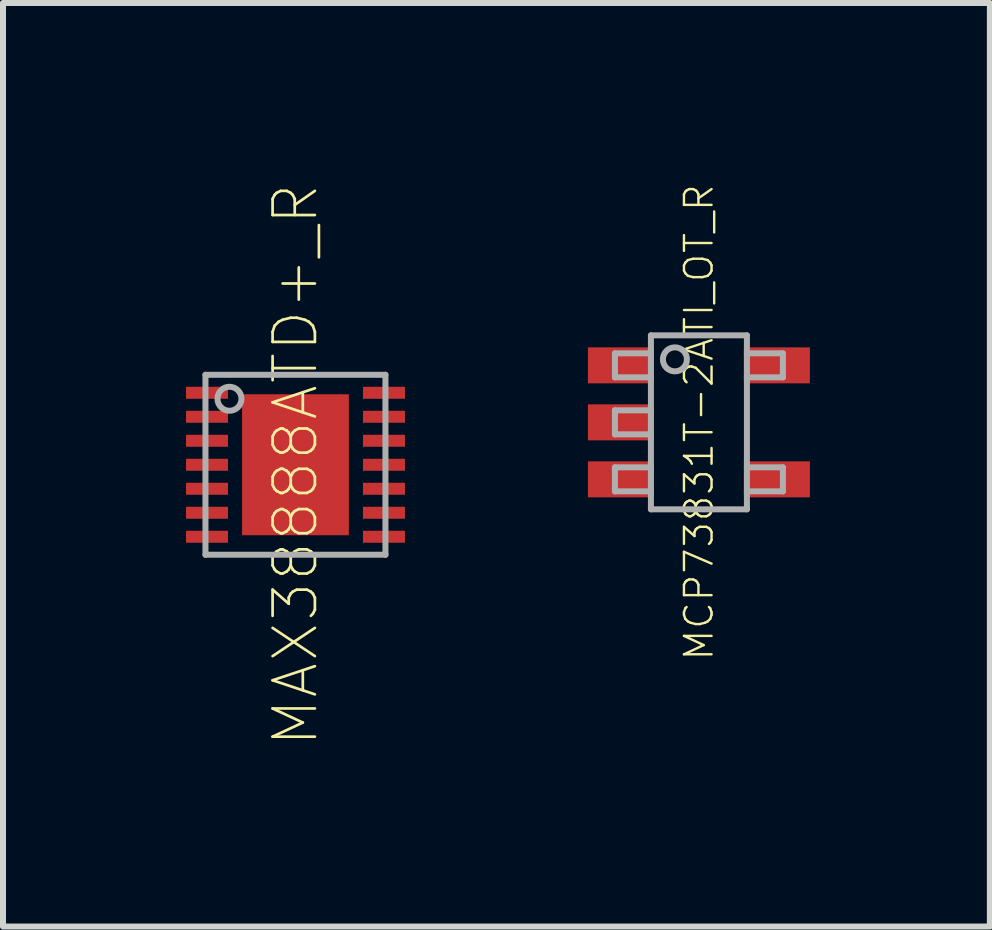
<source format=kicad_pcb>
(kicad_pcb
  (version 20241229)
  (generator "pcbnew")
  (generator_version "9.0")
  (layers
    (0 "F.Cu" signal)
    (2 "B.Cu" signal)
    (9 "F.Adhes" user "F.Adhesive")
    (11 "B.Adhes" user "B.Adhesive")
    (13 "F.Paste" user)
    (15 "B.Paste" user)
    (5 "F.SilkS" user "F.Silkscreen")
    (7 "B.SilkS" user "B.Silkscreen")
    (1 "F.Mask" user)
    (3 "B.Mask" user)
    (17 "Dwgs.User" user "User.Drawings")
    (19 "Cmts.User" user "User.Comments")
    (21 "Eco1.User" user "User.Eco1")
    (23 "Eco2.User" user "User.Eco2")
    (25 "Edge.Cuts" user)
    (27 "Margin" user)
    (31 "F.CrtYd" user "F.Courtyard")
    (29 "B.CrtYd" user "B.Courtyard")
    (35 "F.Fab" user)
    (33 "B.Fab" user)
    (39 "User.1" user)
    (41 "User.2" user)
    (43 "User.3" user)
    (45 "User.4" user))
  (footprint "MCP73831T-2ATI_OT_R"
    (layer "F.Cu")
    (at 8.6 3.99)
    (property "Reference" "MCP73831T-2ATI_OT_R" (at 0 0 90) (unlocked yes) (layer "F.SilkS") (effects (font (size 0.46 0.46) (thickness 0.04))))
    (fp_line (start -1.4 -1.15) (end -1.4 -0.75) (stroke (width 0.1) (type solid)) (layer "F.Fab"))
    (fp_line (start -1.4 -0.75) (end -0.8 -0.75) (stroke (width 0.1) (type solid)) (layer "F.Fab"))
    (fp_line (start -1.4 -0.2) (end -1.4 0.2) (stroke (width 0.1) (type solid)) (layer "F.Fab"))
    (fp_line (start -1.4 0.75) (end -1.4 1.15) (stroke (width 0.1) (type solid)) (layer "F.Fab"))
    (fp_line (start -0.8 -1.45) (end 0.8 -1.45) (stroke (width 0.1) (type solid)) (layer "F.Fab"))
    (fp_line (start -0.8 -1.15) (end -1.4 -1.15) (stroke (width 0.1) (type solid)) (layer "F.Fab"))
    (fp_line (start -0.8 -1.15) (end -0.8 -1.45) (stroke (width 0.1) (type solid)) (layer "F.Fab"))
    (fp_line (start -0.8 -0.75) (end -0.8 -1.15) (stroke (width 0.1) (type solid)) (layer "F.Fab"))
    (fp_line (start -0.8 -0.2) (end -1.4 -0.2) (stroke (width 0.1) (type solid)) (layer "F.Fab"))
    (fp_line (start -0.8 -0.2) (end -0.8 -0.75) (stroke (width 0.1) (type solid)) (layer "F.Fab"))
    (fp_line (start -0.8 0.2) (end -1.4 0.2) (stroke (width 0.1) (type solid)) (layer "F.Fab"))
    (fp_line (start -0.8 0.2) (end -0.8 -0.2) (stroke (width 0.1) (type solid)) (layer "F.Fab"))
    (fp_line (start -0.8 0.75) (end -1.4 0.75) (stroke (width 0.1) (type solid)) (layer "F.Fab"))
    (fp_line (start -0.8 0.75) (end -0.8 0.2) (stroke (width 0.1) (type solid)) (layer "F.Fab"))
    (fp_line (start -0.8 1.15) (end -1.4 1.15) (stroke (width 0.1) (type solid)) (layer "F.Fab"))
    (fp_line (start -0.8 1.15) (end -0.8 0.75) (stroke (width 0.1) (type solid)) (layer "F.Fab"))
    (fp_line (start -0.8 1.45) (end -0.8 1.15) (stroke (width 0.1) (type solid)) (layer "F.Fab"))
    (fp_line (start 0.8 -1.45) (end 0.8 -1.15) (stroke (width 0.1) (type solid)) (layer "F.Fab"))
    (fp_line (start 0.8 -1.15) (end 0.8 -0.75) (stroke (width 0.1) (type solid)) (layer "F.Fab"))
    (fp_line (start 0.8 -0.75) (end 0.8 0.75) (stroke (width 0.1) (type solid)) (layer "F.Fab"))
    (fp_line (start 0.8 0.75) (end 0.8 1.15) (stroke (width 0.1) (type solid)) (layer "F.Fab"))
    (fp_line (start 0.8 1.15) (end 0.8 1.45) (stroke (width 0.1) (type solid)) (layer "F.Fab"))
    (fp_line (start 0.8 1.45) (end -0.8 1.45) (stroke (width 0.1) (type solid)) (layer "F.Fab"))
    (fp_line (start 1.4 -1.15) (end 0.8 -1.15) (stroke (width 0.1) (type solid)) (layer "F.Fab"))
    (fp_line (start 1.4 -1.15) (end 1.4 -0.75) (stroke (width 0.1) (type solid)) (layer "F.Fab"))
    (fp_line (start 1.4 -0.75) (end 0.8 -0.75) (stroke (width 0.1) (type solid)) (layer "F.Fab"))
    (fp_line (start 1.4 0.75) (end 0.8 0.75) (stroke (width 0.1) (type solid)) (layer "F.Fab"))
    (fp_line (start 1.4 0.75) (end 1.4 1.15) (stroke (width 0.1) (type solid)) (layer "F.Fab"))
    (fp_line (start 1.4 1.15) (end 0.8 1.15) (stroke (width 0.1) (type solid)) (layer "F.Fab"))
    (fp_circle (center -0.4 -1.05) (end -0.2 -1.05) (stroke (width 0.1) (type solid)) (fill no) (layer "F.Fab"))
    (pad "1" smd rect (at -1.3 -0.95) (size 1.1 0.6) (layers "F.Cu" "F.Mask" "F.Paste"))
    (pad "2" smd rect (at -1.3 0) (size 1.1 0.6) (layers "F.Cu" "F.Mask" "F.Paste"))
    (pad "3" smd rect (at -1.3 0.95) (size 1.1 0.6) (layers "F.Cu" "F.Mask" "F.Paste"))
    (pad "4" smd rect (at 1.3 0.95) (size 1.1 0.6) (layers "F.Cu" "F.Mask" "F.Paste"))
    (pad "5" smd rect (at 1.3 -0.95) (size 1.1 0.6) (layers "F.Cu" "F.Mask" "F.Paste")))
  (footprint "MAX38888ATD+_R"
    (layer "F.Cu")
    (at 1.875 4.697)
    (property "Reference" "MAX38888ATD+_R" (at 0 0 90) (unlocked yes) (layer "F.SilkS") (effects (font (size 0.705 0.705) (thickness 0.045))))
    (fp_poly (pts (xy -1.875 -1.05) (xy -1.075 -1.05) (xy -1.075 -1.35) (xy -1.875 -1.35)) (stroke (width 0) (type default)) (fill yes) (layer "F.Mask"))
    (fp_poly (pts (xy -1.875 -0.65) (xy -1.075 -0.65) (xy -1.075 -0.95) (xy -1.875 -0.95)) (stroke (width 0) (type default)) (fill yes) (layer "F.Mask"))
    (fp_poly (pts (xy -1.875 -0.25) (xy -1.075 -0.25) (xy -1.075 -0.55) (xy -1.875 -0.55)) (stroke (width 0) (type default)) (fill yes) (layer "F.Mask"))
    (fp_poly (pts (xy -1.875 0.15) (xy -1.075 0.15) (xy -1.075 -0.15) (xy -1.875 -0.15)) (stroke (width 0) (type default)) (fill yes) (layer "F.Mask"))
    (fp_poly (pts (xy -1.875 0.55) (xy -1.075 0.55) (xy -1.075 0.25) (xy -1.875 0.25)) (stroke (width 0) (type default)) (fill yes) (layer "F.Mask"))
    (fp_poly (pts (xy -1.875 0.95) (xy -1.075 0.95) (xy -1.075 0.65) (xy -1.875 0.65)) (stroke (width 0) (type default)) (fill yes) (layer "F.Mask"))
    (fp_poly (pts (xy -1.875 1.35) (xy -1.075 1.35) (xy -1.075 1.05) (xy -1.875 1.05)) (stroke (width 0) (type default)) (fill yes) (layer "F.Mask"))
    (fp_poly (pts (xy -0.95 1.225) (xy 0.95 1.225) (xy 0.95 -1.225) (xy -0.95 -1.225)) (stroke (width 0) (type default)) (fill yes) (layer "F.Mask"))
    (fp_poly (pts (xy 1.075 -1.05) (xy 1.875 -1.05) (xy 1.875 -1.35) (xy 1.075 -1.35)) (stroke (width 0) (type default)) (fill yes) (layer "F.Mask"))
    (fp_poly (pts (xy 1.075 -0.65) (xy 1.875 -0.65) (xy 1.875 -0.95) (xy 1.075 -0.95)) (stroke (width 0) (type default)) (fill yes) (layer "F.Mask"))
    (fp_poly (pts (xy 1.075 -0.25) (xy 1.875 -0.25) (xy 1.875 -0.55) (xy 1.075 -0.55)) (stroke (width 0) (type default)) (fill yes) (layer "F.Mask"))
    (fp_poly (pts (xy 1.075 0.15) (xy 1.875 0.15) (xy 1.875 -0.15) (xy 1.075 -0.15)) (stroke (width 0) (type default)) (fill yes) (layer "F.Mask"))
    (fp_poly (pts (xy 1.075 0.55) (xy 1.875 0.55) (xy 1.875 0.25) (xy 1.075 0.25)) (stroke (width 0) (type default)) (fill yes) (layer "F.Mask"))
    (fp_poly (pts (xy 1.075 0.95) (xy 1.875 0.95) (xy 1.875 0.65) (xy 1.075 0.65)) (stroke (width 0) (type default)) (fill yes) (layer "F.Mask"))
    (fp_poly (pts (xy 1.075 1.35) (xy 1.875 1.35) (xy 1.875 1.05) (xy 1.075 1.05)) (stroke (width 0) (type default)) (fill yes) (layer "F.Mask"))
    (fp_poly (pts (xy -0.8 -0.15) (xy 0.8 -0.15) (xy 0.8 -1.1) (xy -0.8 -1.1)) (stroke (width 0) (type default)) (fill yes) (layer "F.Paste"))
    (fp_poly (pts (xy -0.8 1.1) (xy 0.8 1.1) (xy 0.8 0.15) (xy -0.8 0.15)) (stroke (width 0) (type default)) (fill yes) (layer "F.Paste"))
    (fp_line (start -1.5 -1.5) (end -1.5 1.5) (stroke (width 0.1) (type solid)) (layer "F.Fab"))
    (fp_line (start -1.5 1.5) (end 1.5 1.5) (stroke (width 0.1) (type solid)) (layer "F.Fab"))
    (fp_line (start 1.5 -1.5) (end -1.5 -1.5) (stroke (width 0.1) (type solid)) (layer "F.Fab"))
    (fp_line (start 1.5 1.5) (end 1.5 -1.5) (stroke (width 0.1) (type solid)) (layer "F.Fab"))
    (fp_circle (center -1.1 -1.1) (end -0.9 -1.1) (stroke (width 0.1) (type solid)) (fill no) (layer "F.Fab"))
    (pad "0" smd rect (at 0 0) (size 1.78 2.35) (layers "F.Cu"))
    (pad "1" smd rect (at -1.475 -1.2) (size 0.7 0.2) (layers "F.Cu" "F.Paste"))
    (pad "2" smd rect (at -1.475 -0.8) (size 0.7 0.2) (layers "F.Cu" "F.Paste"))
    (pad "3" smd rect (at -1.475 -0.4) (size 0.7 0.2) (layers "F.Cu" "F.Paste"))
    (pad "4" smd rect (at -1.475 0) (size 0.7 0.2) (layers "F.Cu" "F.Paste"))
    (pad "5" smd rect (at -1.475 0.4) (size 0.7 0.2) (layers "F.Cu" "F.Paste"))
    (pad "6" smd rect (at -1.475 0.8) (size 0.7 0.2) (layers "F.Cu" "F.Paste"))
    (pad "7" smd rect (at -1.475 1.2) (size 0.7 0.2) (layers "F.Cu" "F.Paste"))
    (pad "8" smd rect (at 1.475 1.2) (size 0.7 0.2) (layers "F.Cu" "F.Paste"))
    (pad "9" smd rect (at 1.475 0.8) (size 0.7 0.2) (layers "F.Cu" "F.Paste"))
    (pad "10" smd rect (at 1.475 0.4) (size 0.7 0.2) (layers "F.Cu" "F.Paste"))
    (pad "11" smd rect (at 1.475 0) (size 0.7 0.2) (layers "F.Cu" "F.Paste"))
    (pad "12" smd rect (at 1.475 -0.4) (size 0.7 0.2) (layers "F.Cu" "F.Paste"))
    (pad "13" smd rect (at 1.475 -0.8) (size 0.7 0.2) (layers "F.Cu" "F.Paste"))
    (pad "14" smd rect (at 1.475 -1.2) (size 0.7 0.2) (layers "F.Cu" "F.Paste")))
  (gr_rect
    (start -3 -3)
    (end 13.45 12.394)
    (stroke (width 0.1) (type default))
    (fill no)
    (layer "Edge.Cuts")))
</source>
